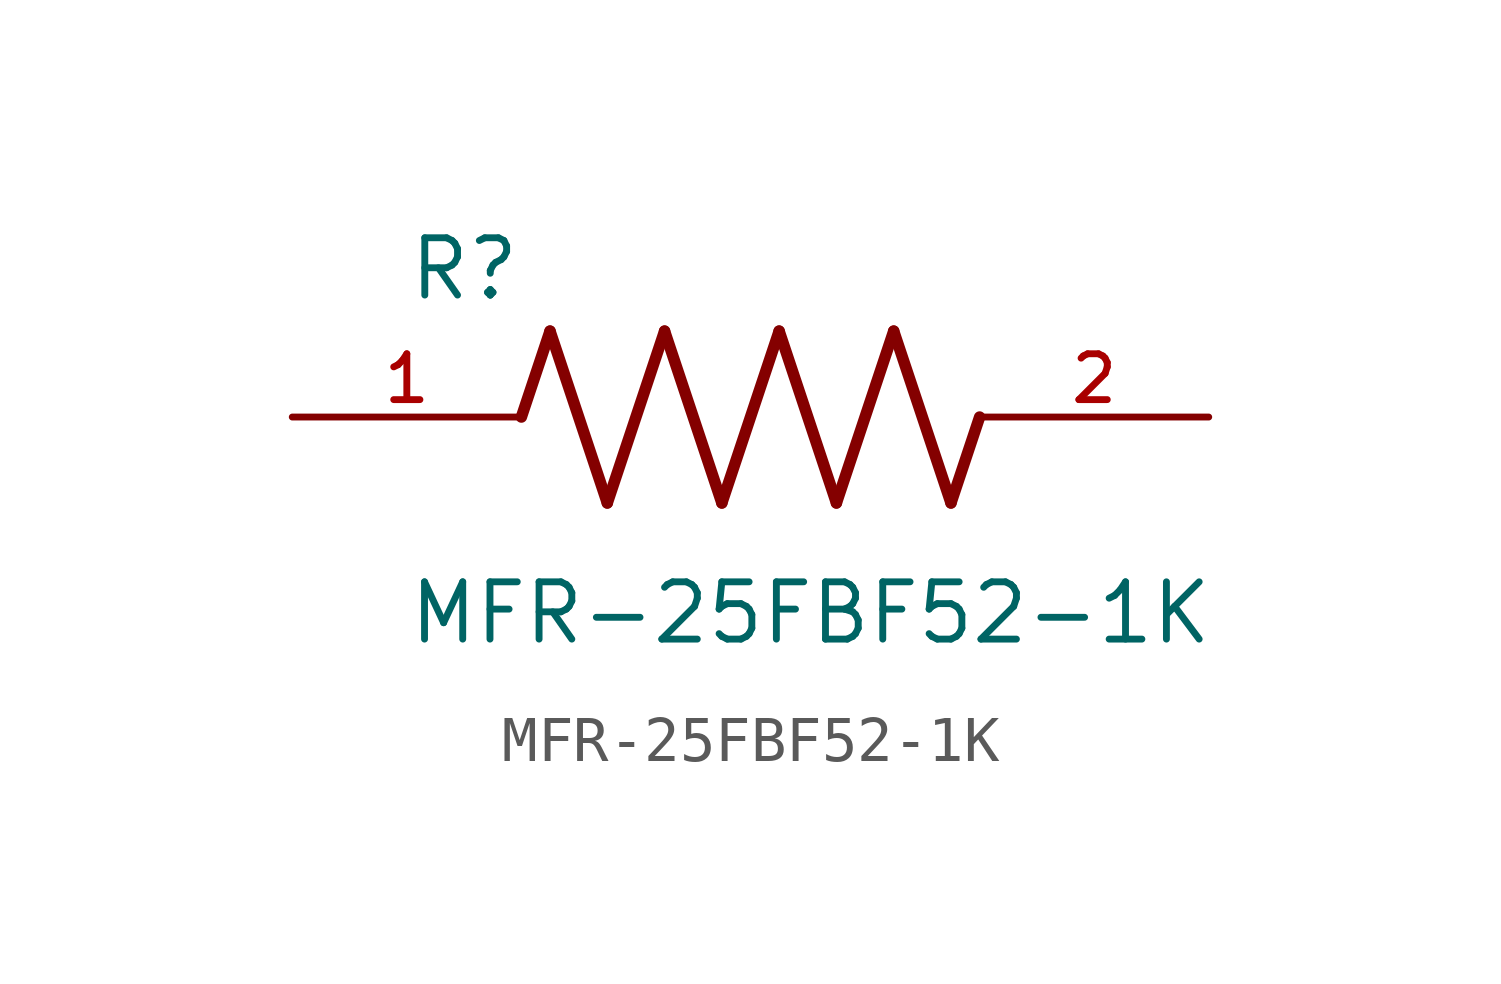
<source format=kicad_sym>
(kicad_symbol_lib
  (version 20211014)
  (generator kicad_symbol_editor)
  (symbol "MFR-25FBF52-1K"
    (pin_names
      (offset 1.016))
    (property "Reference" "R"
      (at -7.624 2.541 0)
      (effects (font (size 1.27 1.27)) (justify bottom left)))
    (property "Value" "MFR-25FBF52-1K"
      (at -7.63 -5.087 0)
      (effects (font (size 1.27 1.27)) (justify bottom left)))
    (symbol "MFR-25FBF52-1K_0_0"
      (polyline (pts (xy -5.08 0.0) (xy -4.445 1.905)) (stroke (width 0.254)))
      (polyline (pts (xy -4.445 1.905) (xy -3.175 -1.905)) (stroke (width 0.254)))
      (polyline (pts (xy -3.175 -1.905) (xy -1.905 1.905)) (stroke (width 0.254)))
      (polyline (pts (xy -1.905 1.905) (xy -0.635 -1.905)) (stroke (width 0.254)))
      (polyline (pts (xy -0.635 -1.905) (xy 0.635 1.905)) (stroke (width 0.254)))
      (polyline (pts (xy 0.635 1.905) (xy 1.905 -1.905)) (stroke (width 0.254)))
      (polyline (pts (xy 1.905 -1.905) (xy 3.175 1.905)) (stroke (width 0.254)))
      (polyline (pts (xy 3.175 1.905) (xy 4.445 -1.905)) (stroke (width 0.254)))
      (polyline (pts (xy 4.445 -1.905) (xy 5.08 0.0)) (stroke (width 0.254)))
      (pin passive line (at -10.16 0.0 0) (length 5.08) (name "~" (effects (font (size 1.016 1.016)))) (number "1" (effects (font (size 1.016 1.016)))))
      (pin passive line (at 10.16 0.0 180.0) (length 5.08) (name "~" (effects (font (size 1.016 1.016)))) (number "2" (effects (font (size 1.016 1.016))))))))
</source>
